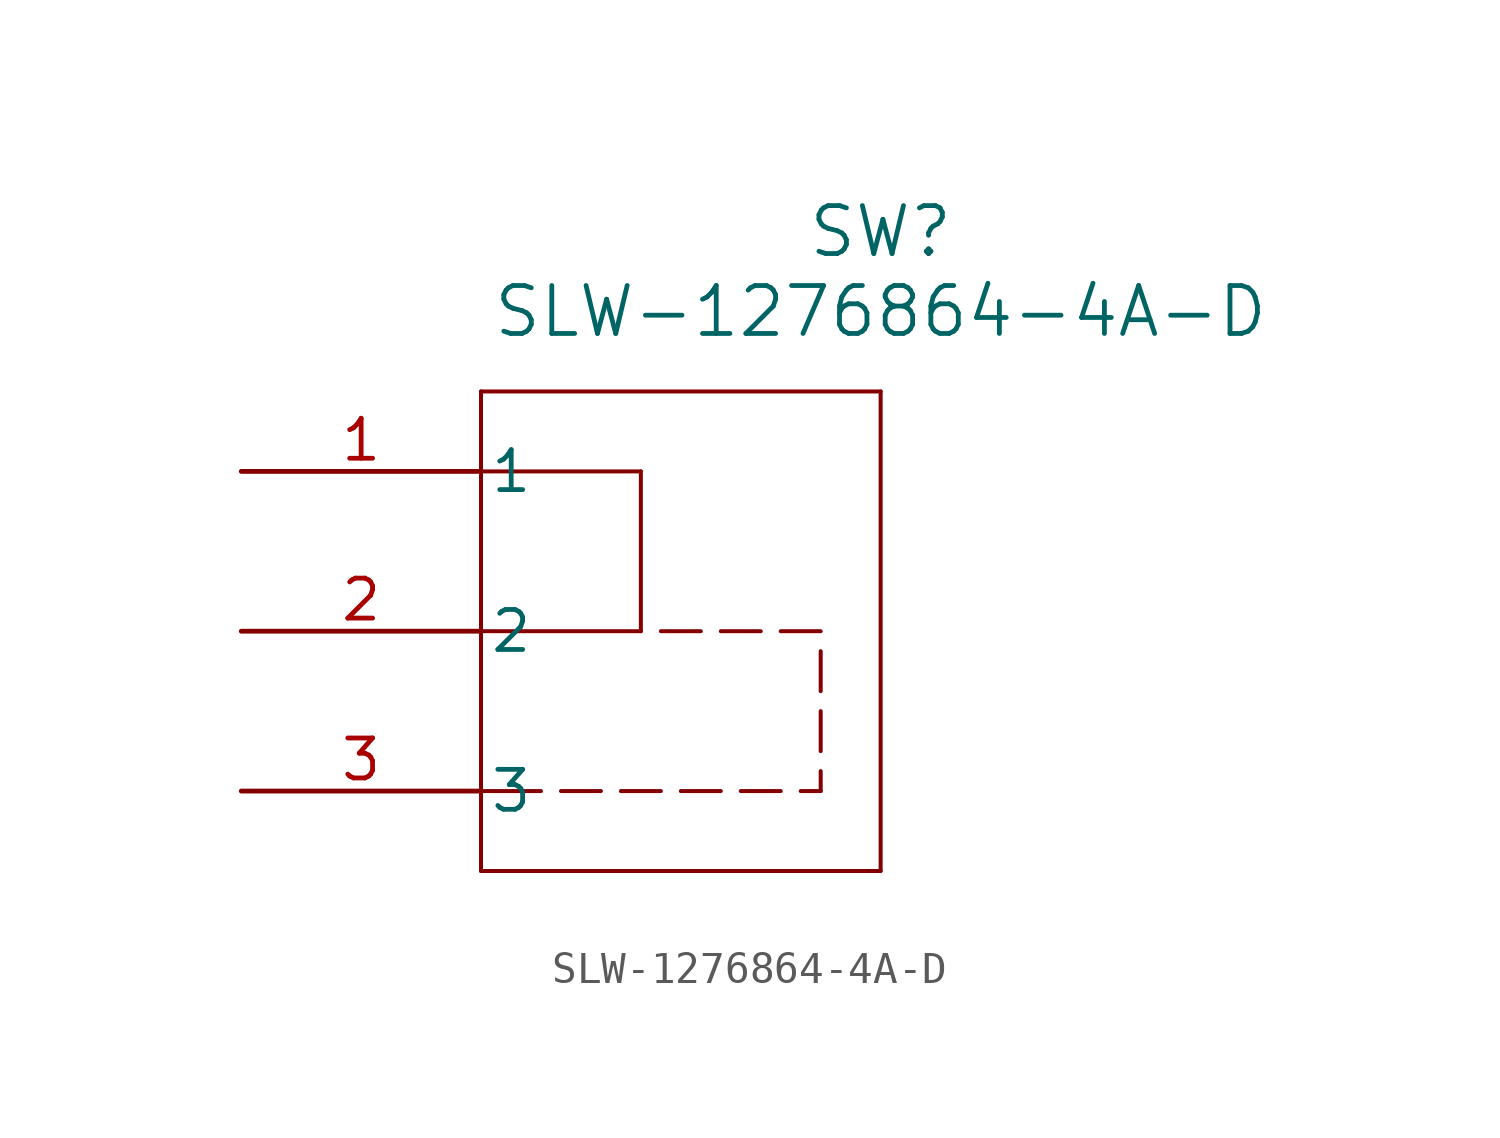
<source format=kicad_sym>
(kicad_symbol_lib
  (version 20211014)
  (generator kicad_symbol_editor)
  (symbol "SLW-1276864-4A-D"
    (pin_names
      (offset 0.254))
    (property "Reference" "SW"
      (at 20.32 7.62 0)
      (effects (font (size 1.524 1.524))))
    (property "Value" "SLW-1276864-4A-D"
      (at 20.32 5.08 0)
      (effects (font (size 1.524 1.524))))
    (symbol "SLW-1276864-4A-D_0_1"
      (polyline (pts (xy 7.62 2.54) (xy 7.62 -12.7)) (stroke (width 0.127) (type default) (color 0 0 0 0)) (fill (type none)))
      (polyline (pts (xy 7.62 -12.7) (xy 20.32 -12.7)) (stroke (width 0.127) (type default) (color 0 0 0 0)) (fill (type none)))
      (polyline (pts (xy 20.32 -12.7) (xy 20.32 2.54)) (stroke (width 0.127) (type default) (color 0 0 0 0)) (fill (type none)))
      (polyline (pts (xy 20.32 2.54) (xy 7.62 2.54)) (stroke (width 0.127) (type default) (color 0 0 0 0)) (fill (type none)))
      (polyline (pts (xy 7.62 0) (xy 12.7 0)) (stroke (width 0.127) (type default) (color 0 0 0 0)) (fill (type none)))
      (polyline (pts (xy 12.7 0) (xy 12.7 -5.08)) (stroke (width 0.127) (type default) (color 0 0 0 0)) (fill (type none)))
      (polyline (pts (xy 12.7 -5.08) (xy 7.62 -5.08)) (stroke (width 0.127) (type default) (color 0 0 0 0)) (fill (type none)))
      (polyline (pts (xy 13.335 -5.08) (xy 14.605 -5.08)) (stroke (width 0.127) (type default) (color 0 0 0 0)) (fill (type none)))
      (polyline (pts (xy 15.24 -5.08) (xy 16.51 -5.08)) (stroke (width 0.127) (type default) (color 0 0 0 0)) (fill (type none)))
      (polyline (pts (xy 17.145 -5.08) (xy 18.415 -5.08)) (stroke (width 0.127) (type default) (color 0 0 0 0)) (fill (type none)))
      (polyline (pts (xy 18.415 -5.715) (xy 18.415 -6.985)) (stroke (width 0.127) (type default) (color 0 0 0 0)) (fill (type none)))
      (polyline (pts (xy 18.415 -7.62) (xy 18.415 -8.89)) (stroke (width 0.127) (type default) (color 0 0 0 0)) (fill (type none)))
      (polyline (pts (xy 18.415 -9.525) (xy 18.415 -10.16)) (stroke (width 0.127) (type default) (color 0 0 0 0)) (fill (type none)))
      (polyline (pts (xy 17.78 -10.16) (xy 18.415 -10.16)) (stroke (width 0.127) (type default) (color 0 0 0 0)) (fill (type none)))
      (polyline (pts (xy 17.145 -10.16) (xy 15.875 -10.16)) (stroke (width 0.127) (type default) (color 0 0 0 0)) (fill (type none)))
      (polyline (pts (xy 15.24 -10.16) (xy 13.97 -10.16)) (stroke (width 0.127) (type default) (color 0 0 0 0)) (fill (type none)))
      (polyline (pts (xy 13.335 -10.16) (xy 12.065 -10.16)) (stroke (width 0.127) (type default) (color 0 0 0 0)) (fill (type none)))
      (polyline (pts (xy 11.43 -10.16) (xy 10.16 -10.16)) (stroke (width 0.127) (type default) (color 0 0 0 0)) (fill (type none)))
      (polyline (pts (xy 9.525 -10.16) (xy 7.62 -10.16)) (stroke (width 0.127) (type default) (color 0 0 0 0)) (fill (type none)))
      (pin unspecified line (at 0 0 0) (length 7.62) (name "1" (effects (font (size 1.27 1.27)))) (number "1" (effects (font (size 1.27 1.27)))))
      (pin unspecified line (at 0 -5.08 0) (length 7.62) (name "2" (effects (font (size 1.27 1.27)))) (number "2" (effects (font (size 1.27 1.27)))))
      (pin unspecified line (at 0 -10.16 0) (length 7.62) (name "3" (effects (font (size 1.27 1.27)))) (number "3" (effects (font (size 1.27 1.27))))))))
</source>
